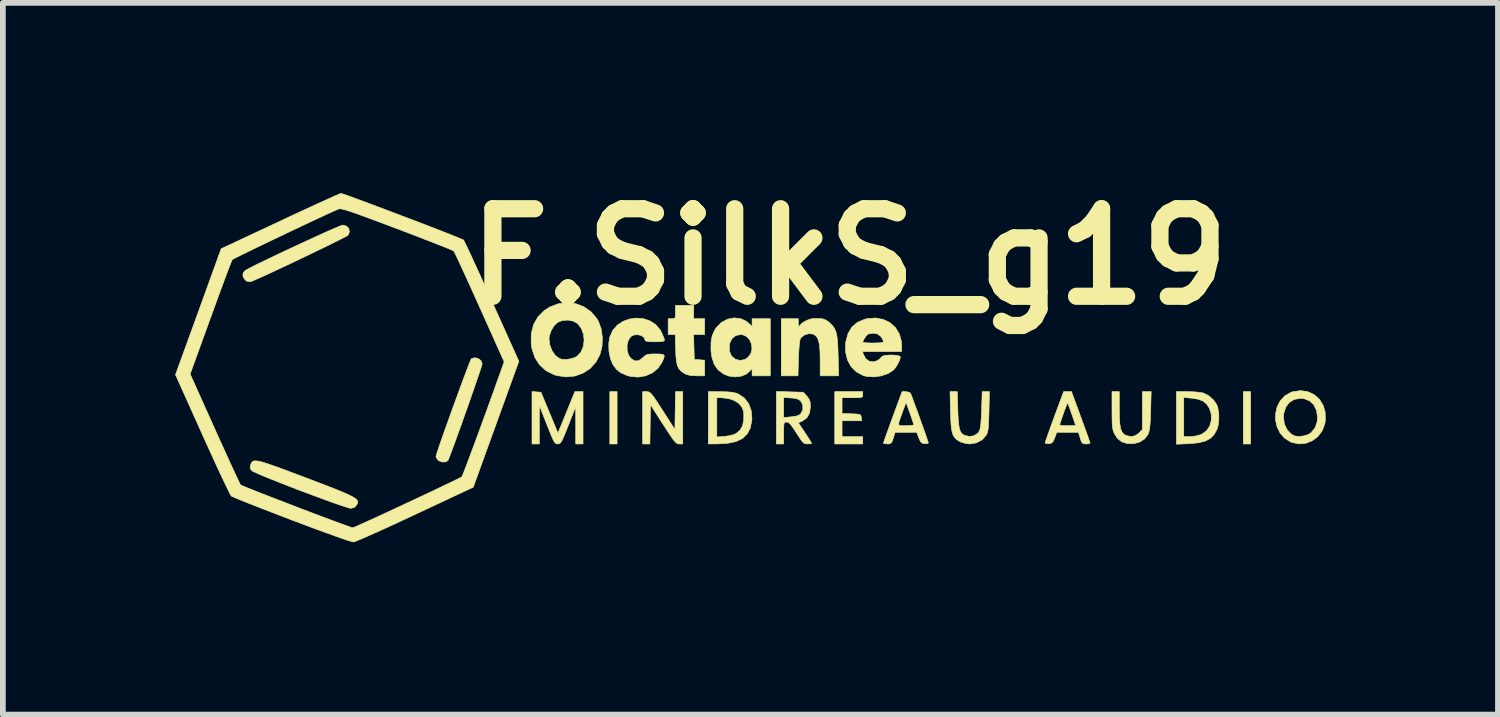
<source format=kicad_pcb>
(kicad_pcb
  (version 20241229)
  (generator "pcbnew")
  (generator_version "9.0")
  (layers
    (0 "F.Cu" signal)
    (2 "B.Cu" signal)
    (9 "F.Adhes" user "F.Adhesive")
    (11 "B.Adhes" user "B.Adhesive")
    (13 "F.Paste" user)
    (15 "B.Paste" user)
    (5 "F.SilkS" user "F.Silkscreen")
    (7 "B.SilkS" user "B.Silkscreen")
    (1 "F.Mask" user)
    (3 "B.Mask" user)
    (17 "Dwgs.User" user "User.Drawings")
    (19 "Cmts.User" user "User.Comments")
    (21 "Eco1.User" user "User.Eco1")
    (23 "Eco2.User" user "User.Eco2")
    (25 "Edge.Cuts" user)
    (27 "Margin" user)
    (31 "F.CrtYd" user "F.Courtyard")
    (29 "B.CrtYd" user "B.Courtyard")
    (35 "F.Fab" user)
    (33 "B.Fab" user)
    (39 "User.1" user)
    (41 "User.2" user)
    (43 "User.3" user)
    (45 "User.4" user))
  (footprint "F.SilkS_g19"
    (layer "F.Cu")
    (at 11.735 1.418)
    (property "Reference" "F.SilkS_g19" (at 0 0 0) (layer "F.SilkS") (effects (font (size 1.524 1.524) (thickness 0.3))))
    (attr through_hole)
    (fp_poly (pts (xy -4.043 3.26) (xy -4.17 3.26) (xy -4.17 2.349) (xy -4.043 2.349) (xy -4.043 3.26)) (stroke (width 0.01) (type solid)) (fill yes) (layer "F.SilkS"))
    (fp_poly (pts (xy 6.985 3.26) (xy 6.858 3.26) (xy 6.858 2.349) (xy 6.985 2.349) (xy 6.985 3.26)) (stroke (width 0.01) (type solid)) (fill yes) (layer "F.SilkS"))
    (fp_poly (pts (xy 0.233 2.402) (xy 0.231 2.428) (xy 0.221 2.444) (xy 0.193 2.452) (xy 0.139 2.455) (xy 0.053 2.455) (xy -0.127 2.455) (xy -0.127 2.729) (xy 0.037 2.735) (xy 0.119 2.739) (xy 0.169 2.744) (xy 0.194 2.756) (xy 0.204 2.776) (xy 0.208 2.799) (xy 0.214 2.857) (xy -0.127 2.857) (xy -0.127 3.133) (xy 0.233 3.133) (xy 0.233 3.26) (xy -0.254 3.26) (xy -0.254 2.349) (xy 0.233 2.349) (xy 0.233 2.402)) (stroke (width 0.01) (type solid)) (fill yes) (layer "F.SilkS"))
    (fp_poly (pts (xy -3.504 2.351) (xy -3.481 2.36) (xy -3.456 2.379) (xy -3.425 2.415) (xy -3.384 2.472) (xy -3.329 2.555) (xy -3.256 2.668) (xy -3.249 2.679) (xy -3.037 3.009) (xy -3.026 2.349) (xy -2.9 2.349) (xy -2.9 3.26) (xy -2.962 3.26) (xy -2.985 3.257) (xy -3.008 3.246) (xy -3.034 3.222) (xy -3.068 3.181) (xy -3.113 3.117) (xy -3.173 3.026) (xy -3.242 2.92) (xy -3.461 2.579) (xy -3.467 2.92) (xy -3.472 3.26) (xy -3.598 3.26) (xy -3.598 2.349) (xy -3.53 2.349) (xy -3.504 2.351)) (stroke (width 0.01) (type solid)) (fill yes) (layer "F.SilkS"))
    (fp_poly (pts (xy -2.709 1.079) (xy -2.519 1.079) (xy -2.519 1.355) (xy -2.711 1.355) (xy -2.705 1.572) (xy -2.699 1.789) (xy -2.609 1.795) (xy -2.519 1.802) (xy -2.519 2.074) (xy -2.662 2.074) (xy -2.762 2.069) (xy -2.835 2.051) (xy -2.872 2.033) (xy -2.928 1.994) (xy -2.967 1.951) (xy -2.994 1.896) (xy -3.01 1.821) (xy -3.02 1.717) (xy -3.024 1.615) (xy -3.031 1.355) (xy -3.154 1.355) (xy -3.154 1.079) (xy -3.09 1.079) (xy -3.054 1.078) (xy -3.035 1.065) (xy -3.028 1.031) (xy -3.027 0.965) (xy -3.027 0.847) (xy -2.709 0.847) (xy -2.709 1.079)) (stroke (width 0.01) (type solid)) (fill yes) (layer "F.SilkS"))
    (fp_poly (pts (xy -5.446 2.354) (xy -5.368 2.36) (xy -5.073 3.071) (xy -4.925 2.71) (xy -4.778 2.349) (xy -4.636 2.349) (xy -4.636 3.26) (xy -4.763 3.26) (xy -4.763 2.937) (xy -4.764 2.614) (xy -4.892 2.937) (xy -4.94 3.057) (xy -4.975 3.142) (xy -5.002 3.2) (xy -5.024 3.235) (xy -5.043 3.253) (xy -5.063 3.259) (xy -5.076 3.26) (xy -5.098 3.257) (xy -5.117 3.247) (xy -5.136 3.223) (xy -5.159 3.181) (xy -5.189 3.113) (xy -5.228 3.016) (xy -5.264 2.926) (xy -5.395 2.593) (xy -5.396 2.926) (xy -5.397 3.26) (xy -5.524 3.26) (xy -5.524 2.347) (xy -5.446 2.354)) (stroke (width 0.01) (type solid)) (fill yes) (layer "F.SilkS"))
    (fp_poly (pts (xy 4.699 2.647) (xy 4.701 2.799) (xy 4.709 2.914) (xy 4.724 2.998) (xy 4.748 3.056) (xy 4.781 3.093) (xy 4.816 3.112) (xy 4.906 3.132) (xy 4.982 3.114) (xy 5.039 3.071) (xy 5.101 3.009) (xy 5.101 2.349) (xy 5.254 2.349) (xy 5.245 2.683) (xy 5.241 2.822) (xy 5.234 2.926) (xy 5.225 3.002) (xy 5.213 3.057) (xy 5.2 3.092) (xy 5.14 3.172) (xy 5.053 3.227) (xy 4.95 3.255) (xy 4.841 3.254) (xy 4.741 3.223) (xy 4.667 3.163) (xy 4.62 3.091) (xy 4.601 3.051) (xy 4.588 3.01) (xy 4.58 2.96) (xy 4.575 2.893) (xy 4.573 2.801) (xy 4.572 2.674) (xy 4.572 2.349) (xy 4.699 2.349) (xy 4.699 2.647)) (stroke (width 0.01) (type solid)) (fill yes) (layer "F.SilkS"))
    (fp_poly (pts (xy -2.238 2.35) (xy -2.121 2.353) (xy -2.035 2.361) (xy -1.97 2.376) (xy -1.936 2.389) (xy -1.83 2.459) (xy -1.753 2.558) (xy -1.708 2.68) (xy -1.696 2.821) (xy -1.698 2.847) (xy -1.723 2.979) (xy -1.776 3.083) (xy -1.858 3.163) (xy -1.971 3.217) (xy -2.117 3.249) (xy -2.291 3.259) (xy -2.455 3.26) (xy -2.455 2.455) (xy -2.307 2.455) (xy -2.307 3.138) (xy -2.172 3.128) (xy -2.089 3.116) (xy -2.014 3.097) (xy -1.974 3.08) (xy -1.904 3.022) (xy -1.859 2.943) (xy -1.838 2.839) (xy -1.838 2.715) (xy -1.862 2.632) (xy -1.92 2.558) (xy -2.004 2.503) (xy -2.076 2.478) (xy -2.152 2.464) (xy -2.221 2.456) (xy -2.245 2.455) (xy -2.307 2.455) (xy -2.455 2.455) (xy -2.455 2.349) (xy -2.238 2.35)) (stroke (width 0.01) (type solid)) (fill yes) (layer "F.SilkS"))
    (fp_poly (pts (xy 5.985 2.352) (xy 6.076 2.36) (xy 6.146 2.37) (xy 6.163 2.374) (xy 6.253 2.419) (xy 6.334 2.489) (xy 6.394 2.573) (xy 6.412 2.619) (xy 6.431 2.726) (xy 6.432 2.841) (xy 6.418 2.948) (xy 6.402 3) (xy 6.352 3.093) (xy 6.287 3.161) (xy 6.199 3.208) (xy 6.084 3.239) (xy 5.934 3.254) (xy 5.911 3.255) (xy 5.694 3.265) (xy 5.694 3.133) (xy 5.821 3.133) (xy 5.932 3.132) (xy 6.028 3.122) (xy 6.119 3.097) (xy 6.134 3.091) (xy 6.218 3.031) (xy 6.275 2.945) (xy 6.302 2.843) (xy 6.298 2.732) (xy 6.266 2.636) (xy 6.217 2.562) (xy 6.152 2.511) (xy 6.061 2.479) (xy 5.962 2.464) (xy 5.821 2.449) (xy 5.821 3.133) (xy 5.694 3.133) (xy 5.694 2.349) (xy 5.887 2.349) (xy 5.985 2.352)) (stroke (width 0.01) (type solid)) (fill yes) (layer "F.SilkS"))
    (fp_poly (pts (xy -8.753 -0.533) (xy -8.713 -0.49) (xy -8.703 -0.433) (xy -8.726 -0.375) (xy -8.749 -0.36) (xy -8.806 -0.33) (xy -8.892 -0.286) (xy -9.002 -0.231) (xy -9.13 -0.168) (xy -9.273 -0.099) (xy -9.426 -0.025) (xy -9.583 0.05) (xy -9.74 0.125) (xy -9.892 0.196) (xy -10.035 0.263) (xy -10.163 0.322) (xy -10.271 0.371) (xy -10.355 0.408) (xy -10.41 0.431) (xy -10.427 0.436) (xy -10.483 0.43) (xy -10.518 0.404) (xy -10.556 0.345) (xy -10.554 0.287) (xy -10.523 0.247) (xy -10.494 0.228) (xy -10.431 0.194) (xy -10.34 0.148) (xy -10.225 0.092) (xy -10.092 0.028) (xy -9.946 -0.042) (xy -9.791 -0.115) (xy -9.632 -0.189) (xy -9.474 -0.262) (xy -9.323 -0.332) (xy -9.182 -0.396) (xy -9.058 -0.452) (xy -8.954 -0.497) (xy -8.875 -0.53) (xy -8.827 -0.548) (xy -8.816 -0.55) (xy -8.753 -0.533)) (stroke (width 0.01) (type solid)) (fill yes) (layer "F.SilkS"))
    (fp_poly (pts (xy 1.888 2.662) (xy 1.894 2.807) (xy 1.903 2.915) (xy 1.916 2.993) (xy 1.936 3.048) (xy 1.963 3.084) (xy 2 3.108) (xy 2.004 3.109) (xy 2.091 3.13) (xy 2.174 3.116) (xy 2.24 3.069) (xy 2.266 3.03) (xy 2.279 2.983) (xy 2.289 2.898) (xy 2.298 2.783) (xy 2.303 2.662) (xy 2.312 2.349) (xy 2.438 2.349) (xy 2.431 2.693) (xy 2.427 2.826) (xy 2.423 2.924) (xy 2.417 2.994) (xy 2.408 3.044) (xy 2.396 3.081) (xy 2.381 3.109) (xy 2.311 3.188) (xy 2.214 3.24) (xy 2.101 3.26) (xy 2.095 3.26) (xy 2.016 3.25) (xy 1.94 3.227) (xy 1.926 3.22) (xy 1.872 3.187) (xy 1.832 3.149) (xy 1.803 3.099) (xy 1.784 3.03) (xy 1.771 2.937) (xy 1.764 2.813) (xy 1.76 2.693) (xy 1.753 2.349) (xy 1.879 2.349) (xy 1.888 2.662)) (stroke (width 0.01) (type solid)) (fill yes) (layer "F.SilkS"))
    (fp_poly (pts (xy -0.46 1.083) (xy -0.403 1.106) (xy -0.347 1.147) (xy -0.347 1.148) (xy -0.299 1.194) (xy -0.263 1.241) (xy -0.237 1.296) (xy -0.219 1.366) (xy -0.207 1.458) (xy -0.199 1.579) (xy -0.195 1.72) (xy -0.186 2.074) (xy -0.508 2.074) (xy -0.508 1.794) (xy -0.511 1.644) (xy -0.521 1.532) (xy -0.54 1.45) (xy -0.569 1.394) (xy -0.609 1.359) (xy -0.638 1.346) (xy -0.71 1.341) (xy -0.783 1.364) (xy -0.841 1.41) (xy -0.852 1.426) (xy -0.862 1.465) (xy -0.872 1.538) (xy -0.879 1.638) (xy -0.885 1.757) (xy -0.885 1.773) (xy -0.894 2.074) (xy -1.185 2.074) (xy -1.185 1.079) (xy -0.889 1.079) (xy -0.888 1.159) (xy -0.886 1.207) (xy -0.878 1.217) (xy -0.867 1.203) (xy -0.821 1.155) (xy -0.75 1.112) (xy -0.672 1.084) (xy -0.635 1.078) (xy -0.533 1.075) (xy -0.46 1.083)) (stroke (width 0.01) (type solid)) (fill yes) (layer "F.SilkS"))
    (fp_poly (pts (xy -6.461 1.773) (xy -6.413 1.809) (xy -6.392 1.862) (xy -6.392 1.867) (xy -6.399 1.894) (xy -6.419 1.957) (xy -6.449 2.048) (xy -6.489 2.164) (xy -6.535 2.299) (xy -6.587 2.448) (xy -6.642 2.605) (xy -6.699 2.765) (xy -6.755 2.924) (xy -6.81 3.075) (xy -6.86 3.214) (xy -6.905 3.336) (xy -6.942 3.435) (xy -6.97 3.507) (xy -6.986 3.545) (xy -6.989 3.55) (xy -7.032 3.573) (xy -7.091 3.574) (xy -7.146 3.552) (xy -7.162 3.538) (xy -7.189 3.501) (xy -7.196 3.48) (xy -7.189 3.452) (xy -7.17 3.389) (xy -7.139 3.297) (xy -7.099 3.182) (xy -7.052 3.048) (xy -6.999 2.9) (xy -6.943 2.743) (xy -6.885 2.583) (xy -6.827 2.424) (xy -6.771 2.271) (xy -6.719 2.131) (xy -6.672 2.006) (xy -6.633 1.904) (xy -6.603 1.828) (xy -6.584 1.784) (xy -6.579 1.775) (xy -6.521 1.759) (xy -6.461 1.773)) (stroke (width 0.01) (type solid)) (fill yes) (layer "F.SilkS"))
    (fp_poly (pts (xy -10.307 3.556) (xy -10.248 3.568) (xy -10.169 3.591) (xy -10.066 3.625) (xy -9.936 3.671) (xy -9.776 3.731) (xy -9.581 3.804) (xy -9.461 3.849) (xy -9.242 3.933) (xy -9.06 4.003) (xy -8.911 4.061) (xy -8.793 4.11) (xy -8.703 4.151) (xy -8.637 4.185) (xy -8.592 4.214) (xy -8.567 4.24) (xy -8.557 4.264) (xy -8.559 4.288) (xy -8.572 4.314) (xy -8.58 4.327) (xy -8.622 4.369) (xy -8.682 4.38) (xy -8.684 4.38) (xy -8.718 4.372) (xy -8.788 4.35) (xy -8.887 4.317) (xy -9.012 4.273) (xy -9.158 4.22) (xy -9.32 4.16) (xy -9.495 4.095) (xy -9.557 4.072) (xy -9.733 4.004) (xy -9.898 3.94) (xy -10.047 3.88) (xy -10.176 3.828) (xy -10.28 3.784) (xy -10.355 3.75) (xy -10.397 3.729) (xy -10.402 3.725) (xy -10.43 3.685) (xy -10.428 3.64) (xy -10.423 3.626) (xy -10.412 3.597) (xy -10.398 3.575) (xy -10.379 3.56) (xy -10.349 3.554) (xy -10.307 3.556)) (stroke (width 0.01) (type solid)) (fill yes) (layer "F.SilkS"))
    (fp_poly (pts (xy 7.982 2.35) (xy 8.092 2.402) (xy 8.182 2.482) (xy 8.247 2.586) (xy 8.283 2.709) (xy 8.286 2.848) (xy 8.277 2.908) (xy 8.232 3.03) (xy 8.157 3.13) (xy 8.059 3.204) (xy 7.946 3.248) (xy 7.824 3.259) (xy 7.701 3.233) (xy 7.684 3.226) (xy 7.577 3.16) (xy 7.498 3.07) (xy 7.446 2.964) (xy 7.42 2.848) (xy 7.42 2.8) (xy 7.557 2.8) (xy 7.573 2.913) (xy 7.62 3.012) (xy 7.691 3.087) (xy 7.747 3.119) (xy 7.815 3.13) (xy 7.899 3.122) (xy 7.98 3.1) (xy 8.035 3.067) (xy 8.108 2.978) (xy 8.143 2.876) (xy 8.149 2.8) (xy 8.133 2.678) (xy 8.086 2.58) (xy 8.012 2.51) (xy 7.915 2.472) (xy 7.853 2.466) (xy 7.745 2.485) (xy 7.658 2.538) (xy 7.596 2.621) (xy 7.562 2.73) (xy 7.557 2.8) (xy 7.42 2.8) (xy 7.421 2.729) (xy 7.447 2.614) (xy 7.5 2.51) (xy 7.578 2.425) (xy 7.681 2.364) (xy 7.721 2.35) (xy 7.857 2.332) (xy 7.982 2.35)) (stroke (width 0.01) (type solid)) (fill yes) (layer "F.SilkS"))
    (fp_poly (pts (xy -1.9 1.076) (xy -1.799 1.121) (xy -1.753 1.157) (xy -1.693 1.214) (xy -1.693 1.079) (xy -1.376 1.079) (xy -1.376 2.074) (xy -1.693 2.074) (xy -1.693 2.006) (xy -1.695 1.961) (xy -1.703 1.954) (xy -1.723 1.981) (xy -1.724 1.982) (xy -1.791 2.043) (xy -1.884 2.081) (xy -1.99 2.093) (xy -2.099 2.078) (xy -2.182 2.046) (xy -2.282 1.973) (xy -2.353 1.873) (xy -2.395 1.743) (xy -2.409 1.632) (xy -2.408 1.54) (xy -2.089 1.54) (xy -2.087 1.644) (xy -2.053 1.727) (xy -1.988 1.783) (xy -1.983 1.786) (xy -1.896 1.807) (xy -1.814 1.787) (xy -1.762 1.751) (xy -1.713 1.682) (xy -1.695 1.602) (xy -1.704 1.52) (xy -1.737 1.445) (xy -1.791 1.388) (xy -1.863 1.357) (xy -1.892 1.355) (xy -1.979 1.374) (xy -2.044 1.427) (xy -2.083 1.509) (xy -2.089 1.54) (xy -2.408 1.54) (xy -2.408 1.491) (xy -2.388 1.377) (xy -2.345 1.279) (xy -2.313 1.231) (xy -2.226 1.145) (xy -2.122 1.089) (xy -2.011 1.066) (xy -1.9 1.076)) (stroke (width 0.01) (type solid)) (fill yes) (layer "F.SilkS"))
    (fp_poly (pts (xy -4.76 0.819) (xy -4.622 0.872) (xy -4.499 0.957) (xy -4.4 1.072) (xy -4.366 1.129) (xy -4.319 1.261) (xy -4.299 1.411) (xy -4.305 1.563) (xy -4.339 1.698) (xy -4.412 1.836) (xy -4.513 1.947) (xy -4.638 2.028) (xy -4.78 2.078) (xy -4.933 2.093) (xy -5.09 2.07) (xy -5.139 2.055) (xy -5.278 1.986) (xy -5.39 1.886) (xy -5.473 1.757) (xy -5.525 1.604) (xy -5.539 1.504) (xy -5.538 1.429) (xy -5.228 1.429) (xy -5.214 1.538) (xy -5.176 1.637) (xy -5.119 1.719) (xy -5.048 1.772) (xy -5.01 1.785) (xy -4.924 1.79) (xy -4.83 1.774) (xy -4.751 1.742) (xy -4.741 1.735) (xy -4.673 1.663) (xy -4.632 1.568) (xy -4.617 1.459) (xy -4.628 1.349) (xy -4.666 1.247) (xy -4.728 1.166) (xy -4.802 1.123) (xy -4.896 1.104) (xy -4.993 1.11) (xy -5.076 1.142) (xy -5.139 1.201) (xy -5.19 1.286) (xy -5.222 1.378) (xy -5.228 1.429) (xy -5.538 1.429) (xy -5.536 1.332) (xy -5.495 1.178) (xy -5.419 1.045) (xy -5.309 0.936) (xy -5.209 0.873) (xy -5.061 0.818) (xy -4.909 0.801) (xy -4.76 0.819)) (stroke (width 0.01) (type solid)) (fill yes) (layer "F.SilkS"))
    (fp_poly (pts (xy -1.035 2.353) (xy -0.801 2.36) (xy -0.739 2.429) (xy -0.701 2.48) (xy -0.682 2.532) (xy -0.677 2.605) (xy -0.677 2.612) (xy -0.693 2.723) (xy -0.741 2.807) (xy -0.822 2.863) (xy -0.828 2.866) (xy -0.888 2.891) (xy -0.772 3.064) (xy -0.723 3.139) (xy -0.684 3.2) (xy -0.661 3.239) (xy -0.656 3.249) (xy -0.675 3.256) (xy -0.72 3.26) (xy -0.728 3.26) (xy -0.762 3.257) (xy -0.79 3.246) (xy -0.819 3.22) (xy -0.854 3.172) (xy -0.904 3.096) (xy -0.921 3.069) (xy -0.978 2.981) (xy -1.021 2.924) (xy -1.054 2.892) (xy -1.082 2.879) (xy -1.092 2.879) (xy -1.116 2.88) (xy -1.131 2.891) (xy -1.139 2.919) (xy -1.142 2.972) (xy -1.143 3.058) (xy -1.143 3.069) (xy -1.143 3.26) (xy -1.27 3.26) (xy -1.27 2.8) (xy -1.143 2.8) (xy -1.011 2.788) (xy -0.928 2.776) (xy -0.875 2.758) (xy -0.842 2.73) (xy -0.809 2.658) (xy -0.812 2.58) (xy -0.844 2.517) (xy -0.877 2.488) (xy -0.925 2.47) (xy -1.002 2.46) (xy -1.013 2.46) (xy -1.143 2.45) (xy -1.143 2.8) (xy -1.27 2.8) (xy -1.27 2.346) (xy -1.035 2.353)) (stroke (width 0.01) (type solid)) (fill yes) (layer "F.SilkS"))
    (fp_poly (pts (xy 1.046 2.362) (xy 1.069 2.387) (xy 1.091 2.443) (xy 1.121 2.525) (xy 1.158 2.625) (xy 1.199 2.737) (xy 1.24 2.852) (xy 1.281 2.965) (xy 1.317 3.067) (xy 1.346 3.152) (xy 1.367 3.212) (xy 1.376 3.241) (xy 1.376 3.242) (xy 1.358 3.254) (xy 1.313 3.256) (xy 1.31 3.256) (xy 1.267 3.246) (xy 1.238 3.219) (xy 1.213 3.165) (xy 1.209 3.154) (xy 1.174 3.059) (xy 0.796 3.059) (xy 0.765 3.159) (xy 0.744 3.219) (xy 0.722 3.249) (xy 0.69 3.259) (xy 0.663 3.26) (xy 0.616 3.256) (xy 0.593 3.248) (xy 0.593 3.247) (xy 0.6 3.224) (xy 0.619 3.168) (xy 0.649 3.083) (xy 0.688 2.976) (xy 0.712 2.91) (xy 0.858 2.91) (xy 0.866 2.933) (xy 0.892 2.942) (xy 0.937 2.943) (xy 0.983 2.942) (xy 1.053 2.94) (xy 1.103 2.934) (xy 1.122 2.927) (xy 1.115 2.901) (xy 1.097 2.846) (xy 1.071 2.769) (xy 1.055 2.723) (xy 0.987 2.536) (xy 0.93 2.691) (xy 0.892 2.796) (xy 0.867 2.867) (xy 0.858 2.91) (xy 0.712 2.91) (xy 0.733 2.853) (xy 0.755 2.792) (xy 0.918 2.349) (xy 0.986 2.349) (xy 1.046 2.362)) (stroke (width 0.01) (type solid)) (fill yes) (layer "F.SilkS"))
    (fp_poly (pts (xy 4.029 2.791) (xy 4.076 2.919) (xy 4.118 3.034) (xy 4.152 3.13) (xy 4.176 3.201) (xy 4.189 3.24) (xy 4.191 3.246) (xy 4.172 3.255) (xy 4.127 3.26) (xy 4.121 3.26) (xy 4.077 3.256) (xy 4.051 3.239) (xy 4.031 3.197) (xy 4.019 3.159) (xy 3.988 3.059) (xy 3.61 3.059) (xy 3.575 3.154) (xy 3.549 3.213) (xy 3.522 3.243) (xy 3.481 3.255) (xy 3.474 3.256) (xy 3.428 3.254) (xy 3.408 3.242) (xy 3.408 3.241) (xy 3.415 3.216) (xy 3.435 3.157) (xy 3.465 3.071) (xy 3.504 2.963) (xy 3.517 2.927) (xy 3.662 2.927) (xy 3.681 2.935) (xy 3.732 2.94) (xy 3.799 2.942) (xy 3.869 2.941) (xy 3.919 2.938) (xy 3.937 2.933) (xy 3.93 2.91) (xy 3.913 2.859) (xy 3.889 2.789) (xy 3.862 2.713) (xy 3.836 2.64) (xy 3.815 2.581) (xy 3.802 2.548) (xy 3.8 2.545) (xy 3.792 2.56) (xy 3.773 2.606) (xy 3.748 2.671) (xy 3.721 2.745) (xy 3.696 2.818) (xy 3.675 2.879) (xy 3.663 2.919) (xy 3.662 2.927) (xy 3.517 2.927) (xy 3.549 2.839) (xy 3.569 2.785) (xy 3.73 2.349) (xy 3.867 2.349) (xy 4.029 2.791)) (stroke (width 0.01) (type solid)) (fill yes) (layer "F.SilkS"))
    (fp_poly (pts (xy -3.586 1.079) (xy -3.472 1.117) (xy -3.371 1.182) (xy -3.292 1.276) (xy -3.269 1.319) (xy -3.241 1.384) (xy -3.222 1.435) (xy -3.218 1.455) (xy -3.232 1.47) (xy -3.278 1.478) (xy -3.361 1.482) (xy -3.387 1.482) (xy -3.476 1.48) (xy -3.53 1.473) (xy -3.553 1.462) (xy -3.556 1.453) (xy -3.574 1.406) (xy -3.621 1.374) (xy -3.683 1.358) (xy -3.748 1.363) (xy -3.803 1.39) (xy -3.809 1.396) (xy -3.851 1.464) (xy -3.87 1.551) (xy -3.866 1.642) (xy -3.838 1.724) (xy -3.796 1.777) (xy -3.731 1.814) (xy -3.672 1.812) (xy -3.61 1.771) (xy -3.595 1.757) (xy -3.559 1.724) (xy -3.524 1.705) (xy -3.477 1.696) (xy -3.404 1.693) (xy -3.374 1.693) (xy -3.288 1.695) (xy -3.239 1.704) (xy -3.221 1.726) (xy -3.23 1.768) (xy -3.257 1.831) (xy -3.328 1.939) (xy -3.427 2.021) (xy -3.546 2.074) (xy -3.678 2.096) (xy -3.815 2.084) (xy -3.879 2.065) (xy -3.979 2.021) (xy -4.052 1.964) (xy -4.113 1.882) (xy -4.119 1.872) (xy -4.161 1.768) (xy -4.185 1.642) (xy -4.188 1.511) (xy -4.171 1.402) (xy -4.12 1.286) (xy -4.042 1.194) (xy -3.942 1.127) (xy -3.828 1.085) (xy -3.707 1.069) (xy -3.586 1.079)) (stroke (width 0.01) (type solid)) (fill yes) (layer "F.SilkS"))
    (fp_poly (pts (xy 0.588 1.092) (xy 0.706 1.148) (xy 0.801 1.233) (xy 0.869 1.342) (xy 0.906 1.471) (xy 0.91 1.539) (xy 0.91 1.651) (xy 0.23 1.651) (xy 0.244 1.699) (xy 0.286 1.776) (xy 0.348 1.821) (xy 0.422 1.831) (xy 0.484 1.811) (xy 0.531 1.779) (xy 0.558 1.747) (xy 0.558 1.747) (xy 0.584 1.729) (xy 0.637 1.717) (xy 0.705 1.712) (xy 0.776 1.713) (xy 0.839 1.72) (xy 0.879 1.734) (xy 0.889 1.747) (xy 0.877 1.795) (xy 0.848 1.859) (xy 0.81 1.923) (xy 0.771 1.971) (xy 0.769 1.973) (xy 0.674 2.034) (xy 0.555 2.075) (xy 0.426 2.093) (xy 0.301 2.085) (xy 0.243 2.07) (xy 0.125 2.007) (xy 0.031 1.915) (xy -0.033 1.797) (xy -0.066 1.66) (xy -0.065 1.508) (xy -0.063 1.491) (xy 0.233 1.491) (xy 0.252 1.496) (xy 0.305 1.5) (xy 0.38 1.503) (xy 0.413 1.503) (xy 0.505 1.501) (xy 0.561 1.496) (xy 0.588 1.485) (xy 0.593 1.474) (xy 0.58 1.438) (xy 0.551 1.392) (xy 0.549 1.389) (xy 0.49 1.346) (xy 0.411 1.331) (xy 0.329 1.347) (xy 0.299 1.372) (xy 0.265 1.419) (xy 0.239 1.467) (xy 0.233 1.491) (xy -0.063 1.491) (xy -0.062 1.483) (xy -0.023 1.338) (xy 0.045 1.225) (xy 0.142 1.142) (xy 0.269 1.089) (xy 0.309 1.079) (xy 0.454 1.067) (xy 0.588 1.092)) (stroke (width 0.01) (type solid)) (fill yes) (layer "F.SilkS"))
    (fp_poly (pts (xy -8.823 -1.094) (xy -8.761 -1.073) (xy -8.669 -1.04) (xy -8.552 -0.997) (xy -8.412 -0.945) (xy -8.257 -0.887) (xy -8.088 -0.824) (xy -7.912 -0.757) (xy -7.733 -0.689) (xy -7.555 -0.622) (xy -7.383 -0.556) (xy -7.221 -0.493) (xy -7.074 -0.436) (xy -6.947 -0.386) (xy -6.843 -0.344) (xy -6.767 -0.313) (xy -6.724 -0.294) (xy -6.716 -0.29) (xy -6.703 -0.266) (xy -6.674 -0.208) (xy -6.631 -0.118) (xy -6.576 0.00012) (xy -6.511 0.142) (xy -6.437 0.304) (xy -6.355 0.483) (xy -6.268 0.676) (xy -6.222 0.778) (xy -5.753 1.821) (xy -6.15 2.917) (xy -6.547 4.013) (xy -7.561 4.488) (xy -7.756 4.579) (xy -7.941 4.665) (xy -8.112 4.743) (xy -8.265 4.812) (xy -8.397 4.871) (xy -8.503 4.917) (xy -8.58 4.949) (xy -8.624 4.965) (xy -8.632 4.967) (xy -8.662 4.96) (xy -8.728 4.94) (xy -8.826 4.907) (xy -8.951 4.863) (xy -9.1 4.809) (xy -9.268 4.748) (xy -9.452 4.679) (xy -9.648 4.605) (xy -9.705 4.584) (xy -9.903 4.508) (xy -10.089 4.436) (xy -10.261 4.37) (xy -10.413 4.31) (xy -10.542 4.259) (xy -10.645 4.217) (xy -10.716 4.187) (xy -10.754 4.17) (xy -10.757 4.168) (xy -10.773 4.143) (xy -10.803 4.084) (xy -10.848 3.993) (xy -10.905 3.874) (xy -10.972 3.732) (xy -11.047 3.569) (xy -11.129 3.389) (xy -11.217 3.197) (xy -11.262 3.096) (xy -11.73 2.055) (xy -11.726 2.043) (xy -11.475 2.043) (xy -11.048 2.995) (xy -10.963 3.184) (xy -10.882 3.361) (xy -10.808 3.523) (xy -10.743 3.667) (xy -10.687 3.787) (xy -10.643 3.88) (xy -10.613 3.943) (xy -10.597 3.972) (xy -10.596 3.973) (xy -10.573 3.984) (xy -10.515 4.009) (xy -10.427 4.044) (xy -10.313 4.09) (xy -10.178 4.143) (xy -10.027 4.201) (xy -9.864 4.264) (xy -9.695 4.329) (xy -9.524 4.395) (xy -9.355 4.459) (xy -9.194 4.52) (xy -9.045 4.576) (xy -8.912 4.625) (xy -8.801 4.666) (xy -8.716 4.696) (xy -8.662 4.715) (xy -8.644 4.719) (xy -8.621 4.711) (xy -8.563 4.686) (xy -8.475 4.646) (xy -8.359 4.594) (xy -8.221 4.531) (xy -8.063 4.458) (xy -7.89 4.377) (xy -7.705 4.291) (xy -7.692 4.285) (xy -7.506 4.198) (xy -7.332 4.116) (xy -7.174 4.041) (xy -7.035 3.974) (xy -6.919 3.919) (xy -6.829 3.875) (xy -6.77 3.846) (xy -6.745 3.833) (xy -6.745 3.832) (xy -6.735 3.809) (xy -6.711 3.751) (xy -6.677 3.662) (xy -6.633 3.545) (xy -6.581 3.406) (xy -6.522 3.248) (xy -6.459 3.077) (xy -6.393 2.895) (xy -6.324 2.708) (xy -6.256 2.52) (xy -6.189 2.335) (xy -6.126 2.158) (xy -6.088 2.052) (xy -6.009 1.829) (xy -6.436 0.877) (xy -6.521 0.689) (xy -6.601 0.511) (xy -6.675 0.349) (xy -6.741 0.206) (xy -6.796 0.086) (xy -6.84 -0.007) (xy -6.871 -0.07) (xy -6.886 -0.098) (xy -6.887 -0.099) (xy -6.911 -0.111) (xy -6.971 -0.137) (xy -7.062 -0.174) (xy -7.182 -0.221) (xy -7.325 -0.277) (xy -7.488 -0.34) (xy -7.668 -0.409) (xy -7.859 -0.482) (xy -7.874 -0.487) (xy -8.099 -0.572) (xy -8.288 -0.643) (xy -8.444 -0.7) (xy -8.57 -0.746) (xy -8.67 -0.781) (xy -8.747 -0.806) (xy -8.804 -0.822) (xy -8.845 -0.831) (xy -8.872 -0.833) (xy -8.89 -0.83) (xy -8.89 -0.83) (xy -8.939 -0.809) (xy -9.018 -0.774) (xy -9.123 -0.726) (xy -9.249 -0.667) (xy -9.391 -0.601) (xy -9.545 -0.528) (xy -9.707 -0.452) (xy -9.871 -0.373) (xy -10.034 -0.296) (xy -10.19 -0.221) (xy -10.336 -0.151) (xy -10.466 -0.087) (xy -10.576 -0.034) (xy -10.662 0.009) (xy -10.719 0.038) (xy -10.742 0.052) (xy -10.742 0.052) (xy -10.753 0.076) (xy -10.777 0.137) (xy -10.813 0.23) (xy -10.858 0.35) (xy -10.912 0.495) (xy -10.973 0.66) (xy -11.039 0.841) (xy -11.109 1.034) (xy -11.119 1.061) (xy -11.475 2.043) (xy -11.726 2.043) (xy -11.332 0.959) (xy -10.935 -0.138) (xy -9.907 -0.619) (xy -9.712 -0.711) (xy -9.527 -0.797) (xy -9.357 -0.875) (xy -9.206 -0.944) (xy -9.077 -1.003) (xy -8.973 -1.05) (xy -8.899 -1.082) (xy -8.857 -1.099) (xy -8.85 -1.101) (xy -8.823 -1.094)) (stroke (width 0.01) (type solid)) (fill yes) (layer "F.SilkS")))
  (gr_rect
    (start -3 -3)
    (end 23.026 9.39)
    (stroke (width 0.1) (type default))
    (fill no)
    (layer "Edge.Cuts")))
</source>
